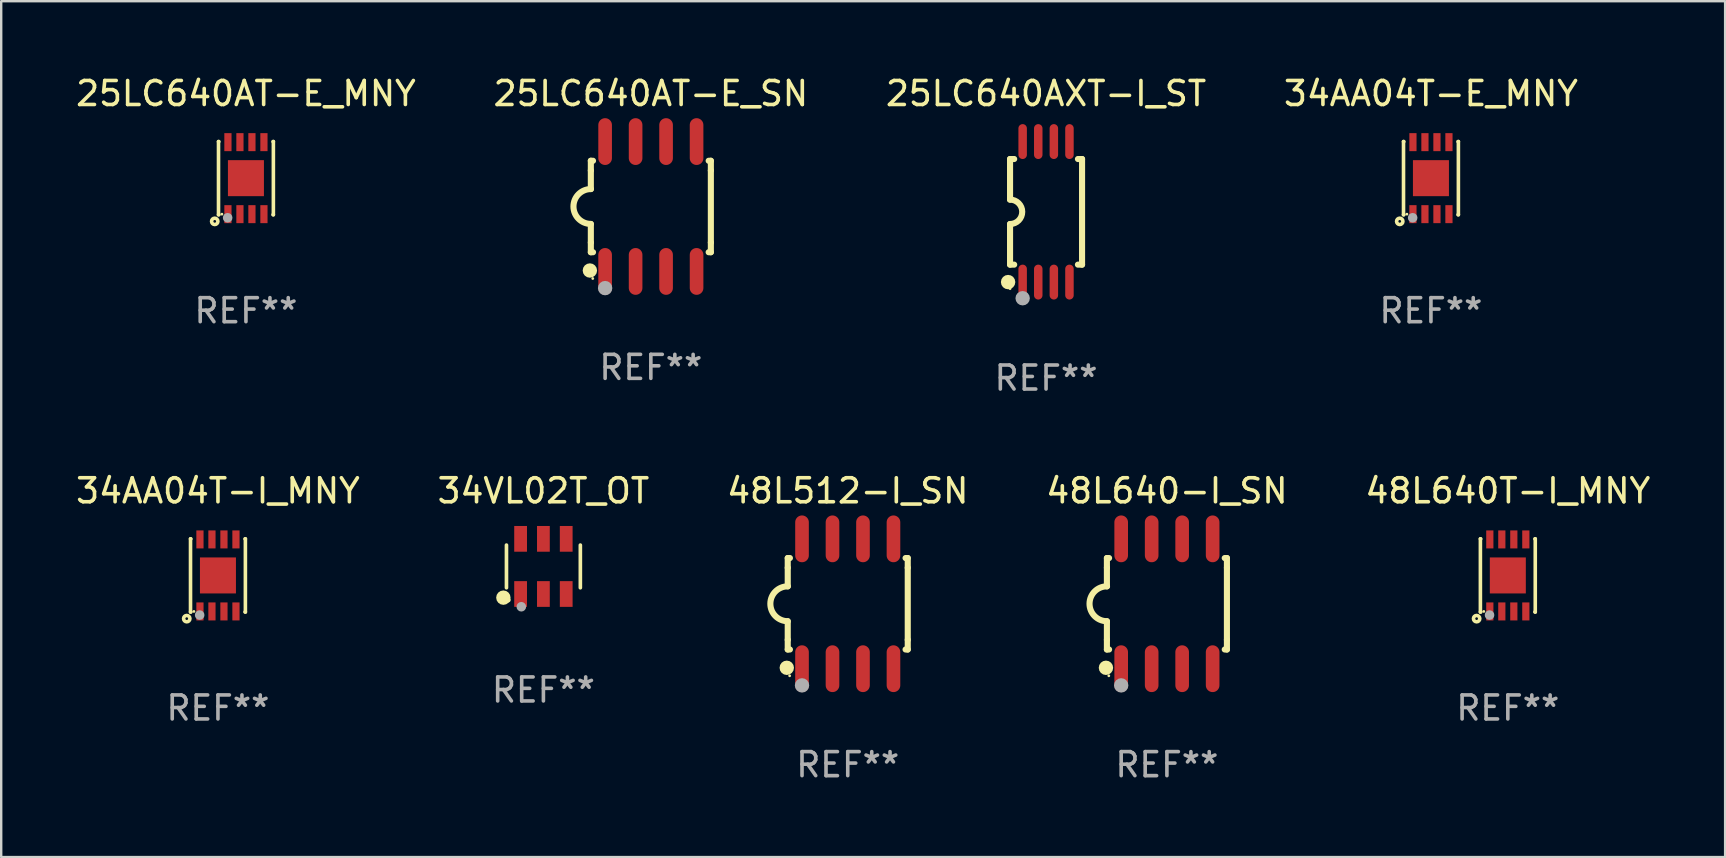
<source format=kicad_pcb>
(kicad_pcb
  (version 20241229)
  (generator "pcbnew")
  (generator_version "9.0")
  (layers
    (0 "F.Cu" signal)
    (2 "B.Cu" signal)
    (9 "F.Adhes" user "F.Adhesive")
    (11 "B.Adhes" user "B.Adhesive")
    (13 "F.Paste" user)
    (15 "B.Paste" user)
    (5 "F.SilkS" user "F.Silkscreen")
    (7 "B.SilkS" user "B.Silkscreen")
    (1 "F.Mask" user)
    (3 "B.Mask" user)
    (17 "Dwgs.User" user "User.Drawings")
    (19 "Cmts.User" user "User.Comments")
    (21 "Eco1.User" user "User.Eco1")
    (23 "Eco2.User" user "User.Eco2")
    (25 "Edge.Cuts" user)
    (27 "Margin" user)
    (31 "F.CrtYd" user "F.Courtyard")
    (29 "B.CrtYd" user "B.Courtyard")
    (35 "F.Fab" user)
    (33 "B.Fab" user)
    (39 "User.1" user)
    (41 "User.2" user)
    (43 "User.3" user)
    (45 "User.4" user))
  (footprint "25LC640AT-E_SN"
    (layer "F.Cu")
    (at 24.065 5.553)
    (property "Reference" "25LC640AT-E_SN" (at 0 -4.705 0) (layer "F.SilkS") (effects (font (size 1 1) (thickness 0.15))))
    (attr through_hole)
    (fp_line (start -2.5 -1.905) (end -2.409 -1.905) (stroke (width 0.254) (type solid)) (layer "F.SilkS"))
    (fp_line (start -2.5 -1.5) (end -2.5 -1.905) (stroke (width 0.254) (type solid)) (layer "F.SilkS"))
    (fp_line (start -2.5 -1.5) (end -2.5 -0.726) (stroke (width 0.254) (type solid)) (layer "F.SilkS"))
    (fp_line (start -2.5 1.5) (end -2.5 0.727) (stroke (width 0.254) (type solid)) (layer "F.SilkS"))
    (fp_line (start -2.5 1.5) (end -2.5 1.905) (stroke (width 0.254) (type solid)) (layer "F.SilkS"))
    (fp_line (start -2.5 1.905) (end -2.409 1.905) (stroke (width 0.254) (type solid)) (layer "F.SilkS"))
    (fp_line (start 2.5 -1.905) (end 2.409 -1.905) (stroke (width 0.254) (type solid)) (layer "F.SilkS"))
    (fp_line (start 2.5 -1.5) (end 2.5 -1.905) (stroke (width 0.254) (type solid)) (layer "F.SilkS"))
    (fp_line (start 2.5 -1.5) (end 2.5 1.5) (stroke (width 0.254) (type solid)) (layer "F.SilkS"))
    (fp_line (start 2.5 1.5) (end 2.5 1.905) (stroke (width 0.254) (type solid)) (layer "F.SilkS"))
    (fp_line (start 2.5 1.905) (end 2.409 1.905) (stroke (width 0.254) (type solid)) (layer "F.SilkS"))
    (fp_arc (start -2.5 0.726568) (mid -3.220316 -0.0023) (end -2.495097 -0.726289) (stroke (width 0.254001) (type solid)) (layer "F.SilkS"))
    (fp_circle (center -2.54 2.667) (end -2.39 2.667) (stroke (width 0.3) (type solid)) (fill no) (layer "F.SilkS"))
    (fp_circle (center -2.42 3) (end -2.39 3) (stroke (width 0.06) (type solid)) (fill no) (layer "F.SilkS"))
    (fp_circle (center -1.905 3.4) (end -1.755 3.4) (stroke (width 0.3) (type solid)) (fill no) (layer "F.Fab"))
    (fp_text user "REF**" (at 0 6.705 0) (layer "F.Fab") (effects (font (size 1 1) (thickness 0.15))))
    (pad "1" smd oval (at -1.905 2.705) (size 0.568 1.95) (layers "F.Cu" "F.Mask" "F.Paste"))
    (pad "2" smd oval (at -0.635 2.705) (size 0.568 1.95) (layers "F.Cu" "F.Mask" "F.Paste"))
    (pad "3" smd oval (at 0.635 2.705) (size 0.568 1.95) (layers "F.Cu" "F.Mask" "F.Paste"))
    (pad "4" smd oval (at 1.905 2.705) (size 0.568 1.95) (layers "F.Cu" "F.Mask" "F.Paste"))
    (pad "5" smd oval (at 1.905 -2.705) (size 0.568 1.95) (layers "F.Cu" "F.Mask" "F.Paste"))
    (pad "6" smd oval (at 0.635 -2.705) (size 0.568 1.95) (layers "F.Cu" "F.Mask" "F.Paste"))
    (pad "7" smd oval (at -0.635 -2.705) (size 0.568 1.95) (layers "F.Cu" "F.Mask" "F.Paste"))
    (pad "8" smd oval (at -1.905 -2.705) (size 0.568 1.95) (layers "F.Cu" "F.Mask" "F.Paste")))
  (footprint "25LC640AXT-I_ST"
    (layer "F.Cu")
    (at 40.53 5.775)
    (property "Reference" "25LC640AXT-I_ST" (at 0 -4.927 0) (layer "F.SilkS") (effects (font (size 1 1) (thickness 0.15))))
    (attr through_hole)
    (fp_line (start -1.5 -2.2) (end -1.5 -0.508) (stroke (width 0.254) (type solid)) (layer "F.SilkS"))
    (fp_line (start -1.5 -2.2) (end -1.328 -2.2) (stroke (width 0.254) (type solid)) (layer "F.SilkS"))
    (fp_line (start -1.5 2.2) (end -1.5 0.508) (stroke (width 0.254) (type solid)) (layer "F.SilkS"))
    (fp_line (start -1.5 2.2) (end -1.328 2.2) (stroke (width 0.254) (type solid)) (layer "F.SilkS"))
    (fp_line (start 1.328 -2.2) (end 1.5 -2.2) (stroke (width 0.254) (type solid)) (layer "F.SilkS"))
    (fp_line (start 1.328 2.2) (end 1.5 2.2) (stroke (width 0.254) (type solid)) (layer "F.SilkS"))
    (fp_line (start 1.5 -2.2) (end 1.5 2.2) (stroke (width 0.254) (type solid)) (layer "F.SilkS"))
    (fp_arc (start -1.501144 -0.508) (mid -0.993143 -0.000571) (end -1.5 0.508001) (stroke (width 0.254001) (type solid)) (layer "F.SilkS"))
    (fp_circle (center -1.581 2.927) (end -1.431 2.927) (stroke (width 0.3) (type solid)) (fill no) (layer "F.SilkS"))
    (fp_circle (center -1.5 3.2) (end -1.47 3.2) (stroke (width 0.06) (type solid)) (fill no) (layer "F.SilkS"))
    (fp_circle (center -0.975 3.6) (end -0.825 3.6) (stroke (width 0.3) (type solid)) (fill no) (layer "F.Fab"))
    (fp_text user "REF**" (at 0 6.927 0) (layer "F.Fab") (effects (font (size 1 1) (thickness 0.15))))
    (pad "1" smd oval (at -0.975 2.927) (size 0.353 1.454) (layers "F.Cu" "F.Mask" "F.Paste"))
    (pad "2" smd oval (at -0.325 2.927) (size 0.353 1.454) (layers "F.Cu" "F.Mask" "F.Paste"))
    (pad "3" smd oval (at 0.325 2.927) (size 0.353 1.454) (layers "F.Cu" "F.Mask" "F.Paste"))
    (pad "4" smd oval (at 0.975 2.927) (size 0.353 1.454) (layers "F.Cu" "F.Mask" "F.Paste"))
    (pad "5" smd oval (at 0.975 -2.927) (size 0.353 1.454) (layers "F.Cu" "F.Mask" "F.Paste"))
    (pad "6" smd oval (at 0.325 -2.927) (size 0.353 1.454) (layers "F.Cu" "F.Mask" "F.Paste"))
    (pad "7" smd oval (at -0.325 -2.927) (size 0.353 1.454) (layers "F.Cu" "F.Mask" "F.Paste"))
    (pad "8" smd oval (at -0.975 -2.927) (size 0.353 1.454) (layers "F.Cu" "F.Mask" "F.Paste")))
  (footprint "34AA04T-I_MNY"
    (layer "F.Cu")
    (at 6.03 20.923)
    (property "Reference" "34AA04T-I_MNY" (at 0 -3.524 0) (layer "F.SilkS") (effects (font (size 1 1) (thickness 0.15))))
    (attr through_hole)
    (fp_line (start -1.143 -1.524) (end -1.143 1.524) (stroke (width 0.15) (type solid)) (layer "F.SilkS"))
    (fp_line (start -1.143 1.524) (end -1.129 1.524) (stroke (width 0.15) (type solid)) (layer "F.SilkS"))
    (fp_line (start -1.129 -1.524) (end -1.143 -1.524) (stroke (width 0.15) (type solid)) (layer "F.SilkS"))
    (fp_line (start 1.129 1.524) (end 1.143 1.524) (stroke (width 0.15) (type solid)) (layer "F.SilkS"))
    (fp_line (start 1.143 -1.524) (end 1.129 -1.524) (stroke (width 0.15) (type solid)) (layer "F.SilkS"))
    (fp_line (start 1.143 1.524) (end 1.143 -1.524) (stroke (width 0.15) (type solid)) (layer "F.SilkS"))
    (fp_circle (center -1.3 1.8) (end -1.243 1.8) (stroke (width 0.15) (type solid)) (fill no) (layer "F.SilkS"))
    (fp_circle (center -1 1.5) (end -0.97 1.5) (stroke (width 0.06) (type solid)) (fill no) (layer "F.SilkS"))
    (fp_circle (center -0.762 1.651) (end -0.662 1.651) (stroke (width 0.2) (type solid)) (fill no) (layer "F.Fab"))
    (fp_text user "REF**" (at 0 5.524 0) (layer "F.Fab") (effects (font (size 1 1) (thickness 0.15))))
    (pad "1" smd rect (at -0.75 1.5 90) (size 0.75 0.3) (layers "F.Cu" "F.Mask" "F.Paste"))
    (pad "2" smd rect (at -0.25 1.5 90) (size 0.75 0.3) (layers "F.Cu" "F.Mask" "F.Paste"))
    (pad "3" smd rect (at 0.25 1.5 90) (size 0.75 0.3) (layers "F.Cu" "F.Mask" "F.Paste"))
    (pad "4" smd rect (at 0.75 1.5 90) (size 0.75 0.3) (layers "F.Cu" "F.Mask" "F.Paste"))
    (pad "5" smd rect (at 0.75 -1.5 90) (size 0.75 0.3) (layers "F.Cu" "F.Mask" "F.Paste"))
    (pad "6" smd rect (at 0.25 -1.5 90) (size 0.75 0.3) (layers "F.Cu" "F.Mask" "F.Paste"))
    (pad "7" smd rect (at -0.25 -1.5 90) (size 0.75 0.3) (layers "F.Cu" "F.Mask" "F.Paste"))
    (pad "8" smd rect (at -0.75 -1.5 90) (size 0.75 0.3) (layers "F.Cu" "F.Mask" "F.Paste"))
    (pad "9" smd rect (at -0.000203 0.000457 90) (size 1.5 1.5) (layers "F.Cu" "F.Mask" "F.Paste")))
  (footprint "34AA04T-E_MNY"
    (layer "F.Cu")
    (at 56.565 4.372)
    (property "Reference" "34AA04T-E_MNY" (at 0 -3.524 0) (layer "F.SilkS") (effects (font (size 1 1) (thickness 0.15))))
    (attr through_hole)
    (fp_line (start -1.143 -1.524) (end -1.143 1.524) (stroke (width 0.15) (type solid)) (layer "F.SilkS"))
    (fp_line (start -1.143 1.524) (end -1.129 1.524) (stroke (width 0.15) (type solid)) (layer "F.SilkS"))
    (fp_line (start -1.129 -1.524) (end -1.143 -1.524) (stroke (width 0.15) (type solid)) (layer "F.SilkS"))
    (fp_line (start 1.129 1.524) (end 1.143 1.524) (stroke (width 0.15) (type solid)) (layer "F.SilkS"))
    (fp_line (start 1.143 -1.524) (end 1.129 -1.524) (stroke (width 0.15) (type solid)) (layer "F.SilkS"))
    (fp_line (start 1.143 1.524) (end 1.143 -1.524) (stroke (width 0.15) (type solid)) (layer "F.SilkS"))
    (fp_circle (center -1.3 1.8) (end -1.243 1.8) (stroke (width 0.15) (type solid)) (fill no) (layer "F.SilkS"))
    (fp_circle (center -1 1.5) (end -0.97 1.5) (stroke (width 0.06) (type solid)) (fill no) (layer "F.SilkS"))
    (fp_circle (center -0.762 1.651) (end -0.662 1.651) (stroke (width 0.2) (type solid)) (fill no) (layer "F.Fab"))
    (fp_text user "REF**" (at 0 5.524 0) (layer "F.Fab") (effects (font (size 1 1) (thickness 0.15))))
    (pad "1" smd rect (at -0.75 1.5 90) (size 0.75 0.3) (layers "F.Cu" "F.Mask" "F.Paste"))
    (pad "2" smd rect (at -0.25 1.5 90) (size 0.75 0.3) (layers "F.Cu" "F.Mask" "F.Paste"))
    (pad "3" smd rect (at 0.25 1.5 90) (size 0.75 0.3) (layers "F.Cu" "F.Mask" "F.Paste"))
    (pad "4" smd rect (at 0.75 1.5 90) (size 0.75 0.3) (layers "F.Cu" "F.Mask" "F.Paste"))
    (pad "5" smd rect (at 0.75 -1.5 90) (size 0.75 0.3) (layers "F.Cu" "F.Mask" "F.Paste"))
    (pad "6" smd rect (at 0.25 -1.5 90) (size 0.75 0.3) (layers "F.Cu" "F.Mask" "F.Paste"))
    (pad "7" smd rect (at -0.25 -1.5 90) (size 0.75 0.3) (layers "F.Cu" "F.Mask" "F.Paste"))
    (pad "8" smd rect (at -0.75 -1.5 90) (size 0.75 0.3) (layers "F.Cu" "F.Mask" "F.Paste"))
    (pad "9" smd rect (at -0.000203 0.000457 90) (size 1.5 1.5) (layers "F.Cu" "F.Mask" "F.Paste")))
  (footprint "48L640-I_SN"
    (layer "F.Cu")
    (at 45.565 22.104)
    (property "Reference" "48L640-I_SN" (at 0 -4.705 0) (layer "F.SilkS") (effects (font (size 1 1) (thickness 0.15))))
    (attr through_hole)
    (fp_line (start -2.5 -1.905) (end -2.409 -1.905) (stroke (width 0.254) (type solid)) (layer "F.SilkS"))
    (fp_line (start -2.5 -1.5) (end -2.5 -1.905) (stroke (width 0.254) (type solid)) (layer "F.SilkS"))
    (fp_line (start -2.5 -1.5) (end -2.5 -0.726) (stroke (width 0.254) (type solid)) (layer "F.SilkS"))
    (fp_line (start -2.5 1.5) (end -2.5 0.727) (stroke (width 0.254) (type solid)) (layer "F.SilkS"))
    (fp_line (start -2.5 1.5) (end -2.5 1.905) (stroke (width 0.254) (type solid)) (layer "F.SilkS"))
    (fp_line (start -2.5 1.905) (end -2.409 1.905) (stroke (width 0.254) (type solid)) (layer "F.SilkS"))
    (fp_line (start 2.5 -1.905) (end 2.409 -1.905) (stroke (width 0.254) (type solid)) (layer "F.SilkS"))
    (fp_line (start 2.5 -1.5) (end 2.5 -1.905) (stroke (width 0.254) (type solid)) (layer "F.SilkS"))
    (fp_line (start 2.5 -1.5) (end 2.5 1.5) (stroke (width 0.254) (type solid)) (layer "F.SilkS"))
    (fp_line (start 2.5 1.5) (end 2.5 1.905) (stroke (width 0.254) (type solid)) (layer "F.SilkS"))
    (fp_line (start 2.5 1.905) (end 2.409 1.905) (stroke (width 0.254) (type solid)) (layer "F.SilkS"))
    (fp_arc (start -2.5 0.726568) (mid -3.220316 -0.0023) (end -2.495097 -0.726289) (stroke (width 0.254001) (type solid)) (layer "F.SilkS"))
    (fp_circle (center -2.54 2.667) (end -2.39 2.667) (stroke (width 0.3) (type solid)) (fill no) (layer "F.SilkS"))
    (fp_circle (center -2.42 3) (end -2.39 3) (stroke (width 0.06) (type solid)) (fill no) (layer "F.SilkS"))
    (fp_circle (center -1.905 3.4) (end -1.755 3.4) (stroke (width 0.3) (type solid)) (fill no) (layer "F.Fab"))
    (fp_text user "REF**" (at 0 6.705 0) (layer "F.Fab") (effects (font (size 1 1) (thickness 0.15))))
    (pad "1" smd oval (at -1.905 2.705) (size 0.568 1.95) (layers "F.Cu" "F.Mask" "F.Paste"))
    (pad "2" smd oval (at -0.635 2.705) (size 0.568 1.95) (layers "F.Cu" "F.Mask" "F.Paste"))
    (pad "3" smd oval (at 0.635 2.705) (size 0.568 1.95) (layers "F.Cu" "F.Mask" "F.Paste"))
    (pad "4" smd oval (at 1.905 2.705) (size 0.568 1.95) (layers "F.Cu" "F.Mask" "F.Paste"))
    (pad "5" smd oval (at 1.905 -2.705) (size 0.568 1.95) (layers "F.Cu" "F.Mask" "F.Paste"))
    (pad "6" smd oval (at 0.635 -2.705) (size 0.568 1.95) (layers "F.Cu" "F.Mask" "F.Paste"))
    (pad "7" smd oval (at -0.635 -2.705) (size 0.568 1.95) (layers "F.Cu" "F.Mask" "F.Paste"))
    (pad "8" smd oval (at -1.905 -2.705) (size 0.568 1.95) (layers "F.Cu" "F.Mask" "F.Paste")))
  (footprint "34VL02T_OT"
    (layer "F.Cu")
    (at 19.589 20.548)
    (property "Reference" "34VL02T_OT" (at 0 -3.149 0) (layer "F.SilkS") (effects (font (size 1 1) (thickness 0.15))))
    (attr through_hole)
    (fp_line (start -1.539 0.889) (end -1.539 -0.889) (stroke (width 0.152) (type solid)) (layer "F.SilkS"))
    (fp_line (start 1.539 0.889) (end 1.539 -0.889) (stroke (width 0.152) (type solid)) (layer "F.SilkS"))
    (fp_circle (center -1.668 1.301) (end -1.518 1.301) (stroke (width 0.3) (type solid)) (fill no) (layer "F.SilkS"))
    (fp_circle (center -1.463 1.4) (end -1.413 1.4) (stroke (width 0.1) (type solid)) (fill no) (layer "F.SilkS"))
    (fp_circle (center -0.92 1.68) (end -0.82 1.68) (stroke (width 0.2) (type solid)) (fill no) (layer "F.Fab"))
    (fp_text user "REF**" (at 0 5.149 0) (layer "F.Fab") (effects (font (size 1 1) (thickness 0.15))))
    (pad "1" smd rect (at -0.95 1.149) (size 0.532 1.072) (layers "F.Cu" "F.Mask" "F.Paste"))
    (pad "2" smd rect (at 0 1.149) (size 0.532 1.072) (layers "F.Cu" "F.Mask" "F.Paste"))
    (pad "3" smd rect (at 0.95 1.149) (size 0.532 1.072) (layers "F.Cu" "F.Mask" "F.Paste"))
    (pad "4" smd rect (at 0.95 -1.149) (size 0.532 1.072) (layers "F.Cu" "F.Mask" "F.Paste"))
    (pad "5" smd rect (at 0 -1.149) (size 0.532 1.072) (layers "F.Cu" "F.Mask" "F.Paste"))
    (pad "6" smd rect (at -0.95 -1.149) (size 0.532 1.072) (layers "F.Cu" "F.Mask" "F.Paste")))
  (footprint "48L640T-I_MNY"
    (layer "F.Cu")
    (at 59.768 20.923)
    (property "Reference" "48L640T-I_MNY" (at 0 -3.524 0) (layer "F.SilkS") (effects (font (size 1 1) (thickness 0.15))))
    (attr through_hole)
    (fp_line (start -1.143 -1.524) (end -1.143 1.524) (stroke (width 0.15) (type solid)) (layer "F.SilkS"))
    (fp_line (start -1.143 1.524) (end -1.129 1.524) (stroke (width 0.15) (type solid)) (layer "F.SilkS"))
    (fp_line (start -1.129 -1.524) (end -1.143 -1.524) (stroke (width 0.15) (type solid)) (layer "F.SilkS"))
    (fp_line (start 1.129 1.524) (end 1.143 1.524) (stroke (width 0.15) (type solid)) (layer "F.SilkS"))
    (fp_line (start 1.143 -1.524) (end 1.129 -1.524) (stroke (width 0.15) (type solid)) (layer "F.SilkS"))
    (fp_line (start 1.143 1.524) (end 1.143 -1.524) (stroke (width 0.15) (type solid)) (layer "F.SilkS"))
    (fp_circle (center -1.3 1.8) (end -1.243 1.8) (stroke (width 0.15) (type solid)) (fill no) (layer "F.SilkS"))
    (fp_circle (center -1 1.5) (end -0.97 1.5) (stroke (width 0.06) (type solid)) (fill no) (layer "F.SilkS"))
    (fp_circle (center -0.762 1.651) (end -0.662 1.651) (stroke (width 0.2) (type solid)) (fill no) (layer "F.Fab"))
    (fp_text user "REF**" (at 0 5.524 0) (layer "F.Fab") (effects (font (size 1 1) (thickness 0.15))))
    (pad "1" smd rect (at -0.75 1.5 90) (size 0.75 0.3) (layers "F.Cu" "F.Mask" "F.Paste"))
    (pad "2" smd rect (at -0.25 1.5 90) (size 0.75 0.3) (layers "F.Cu" "F.Mask" "F.Paste"))
    (pad "3" smd rect (at 0.25 1.5 90) (size 0.75 0.3) (layers "F.Cu" "F.Mask" "F.Paste"))
    (pad "4" smd rect (at 0.75 1.5 90) (size 0.75 0.3) (layers "F.Cu" "F.Mask" "F.Paste"))
    (pad "5" smd rect (at 0.75 -1.5 90) (size 0.75 0.3) (layers "F.Cu" "F.Mask" "F.Paste"))
    (pad "6" smd rect (at 0.25 -1.5 90) (size 0.75 0.3) (layers "F.Cu" "F.Mask" "F.Paste"))
    (pad "7" smd rect (at -0.25 -1.5 90) (size 0.75 0.3) (layers "F.Cu" "F.Mask" "F.Paste"))
    (pad "8" smd rect (at -0.75 -1.5 90) (size 0.75 0.3) (layers "F.Cu" "F.Mask" "F.Paste"))
    (pad "9" smd rect (at -0.000203 0.000457 90) (size 1.5 1.5) (layers "F.Cu" "F.Mask" "F.Paste")))
  (footprint "48L512-I_SN"
    (layer "F.Cu")
    (at 32.268 22.104)
    (property "Reference" "48L512-I_SN" (at 0 -4.705 0) (layer "F.SilkS") (effects (font (size 1 1) (thickness 0.15))))
    (attr through_hole)
    (fp_line (start -2.5 -1.905) (end -2.409 -1.905) (stroke (width 0.254) (type solid)) (layer "F.SilkS"))
    (fp_line (start -2.5 -1.5) (end -2.5 -1.905) (stroke (width 0.254) (type solid)) (layer "F.SilkS"))
    (fp_line (start -2.5 -1.5) (end -2.5 -0.726) (stroke (width 0.254) (type solid)) (layer "F.SilkS"))
    (fp_line (start -2.5 1.5) (end -2.5 0.727) (stroke (width 0.254) (type solid)) (layer "F.SilkS"))
    (fp_line (start -2.5 1.5) (end -2.5 1.905) (stroke (width 0.254) (type solid)) (layer "F.SilkS"))
    (fp_line (start -2.5 1.905) (end -2.409 1.905) (stroke (width 0.254) (type solid)) (layer "F.SilkS"))
    (fp_line (start 2.5 -1.905) (end 2.409 -1.905) (stroke (width 0.254) (type solid)) (layer "F.SilkS"))
    (fp_line (start 2.5 -1.5) (end 2.5 -1.905) (stroke (width 0.254) (type solid)) (layer "F.SilkS"))
    (fp_line (start 2.5 -1.5) (end 2.5 1.5) (stroke (width 0.254) (type solid)) (layer "F.SilkS"))
    (fp_line (start 2.5 1.5) (end 2.5 1.905) (stroke (width 0.254) (type solid)) (layer "F.SilkS"))
    (fp_line (start 2.5 1.905) (end 2.409 1.905) (stroke (width 0.254) (type solid)) (layer "F.SilkS"))
    (fp_arc (start -2.5 0.726568) (mid -3.220316 -0.0023) (end -2.495097 -0.726289) (stroke (width 0.254001) (type solid)) (layer "F.SilkS"))
    (fp_circle (center -2.54 2.667) (end -2.39 2.667) (stroke (width 0.3) (type solid)) (fill no) (layer "F.SilkS"))
    (fp_circle (center -2.42 3) (end -2.39 3) (stroke (width 0.06) (type solid)) (fill no) (layer "F.SilkS"))
    (fp_circle (center -1.905 3.4) (end -1.755 3.4) (stroke (width 0.3) (type solid)) (fill no) (layer "F.Fab"))
    (fp_text user "REF**" (at 0 6.705 0) (layer "F.Fab") (effects (font (size 1 1) (thickness 0.15))))
    (pad "1" smd oval (at -1.905 2.705) (size 0.568 1.95) (layers "F.Cu" "F.Mask" "F.Paste"))
    (pad "2" smd oval (at -0.635 2.705) (size 0.568 1.95) (layers "F.Cu" "F.Mask" "F.Paste"))
    (pad "3" smd oval (at 0.635 2.705) (size 0.568 1.95) (layers "F.Cu" "F.Mask" "F.Paste"))
    (pad "4" smd oval (at 1.905 2.705) (size 0.568 1.95) (layers "F.Cu" "F.Mask" "F.Paste"))
    (pad "5" smd oval (at 1.905 -2.705) (size 0.568 1.95) (layers "F.Cu" "F.Mask" "F.Paste"))
    (pad "6" smd oval (at 0.635 -2.705) (size 0.568 1.95) (layers "F.Cu" "F.Mask" "F.Paste"))
    (pad "7" smd oval (at -0.635 -2.705) (size 0.568 1.95) (layers "F.Cu" "F.Mask" "F.Paste"))
    (pad "8" smd oval (at -1.905 -2.705) (size 0.568 1.95) (layers "F.Cu" "F.Mask" "F.Paste")))
  (footprint "25LC640AT-E_MNY"
    (layer "F.Cu")
    (at 7.196 4.372)
    (property "Reference" "25LC640AT-E_MNY" (at 0 -3.524 0) (layer "F.SilkS") (effects (font (size 1 1) (thickness 0.15))))
    (attr through_hole)
    (fp_line (start -1.143 -1.524) (end -1.143 1.524) (stroke (width 0.15) (type solid)) (layer "F.SilkS"))
    (fp_line (start -1.143 1.524) (end -1.129 1.524) (stroke (width 0.15) (type solid)) (layer "F.SilkS"))
    (fp_line (start -1.129 -1.524) (end -1.143 -1.524) (stroke (width 0.15) (type solid)) (layer "F.SilkS"))
    (fp_line (start 1.129 1.524) (end 1.143 1.524) (stroke (width 0.15) (type solid)) (layer "F.SilkS"))
    (fp_line (start 1.143 -1.524) (end 1.129 -1.524) (stroke (width 0.15) (type solid)) (layer "F.SilkS"))
    (fp_line (start 1.143 1.524) (end 1.143 -1.524) (stroke (width 0.15) (type solid)) (layer "F.SilkS"))
    (fp_circle (center -1.3 1.8) (end -1.243 1.8) (stroke (width 0.15) (type solid)) (fill no) (layer "F.SilkS"))
    (fp_circle (center -1 1.5) (end -0.97 1.5) (stroke (width 0.06) (type solid)) (fill no) (layer "F.SilkS"))
    (fp_circle (center -0.762 1.651) (end -0.662 1.651) (stroke (width 0.2) (type solid)) (fill no) (layer "F.Fab"))
    (fp_text user "REF**" (at 0 5.524 0) (layer "F.Fab") (effects (font (size 1 1) (thickness 0.15))))
    (pad "1" smd rect (at -0.75 1.5 90) (size 0.75 0.3) (layers "F.Cu" "F.Mask" "F.Paste"))
    (pad "2" smd rect (at -0.25 1.5 90) (size 0.75 0.3) (layers "F.Cu" "F.Mask" "F.Paste"))
    (pad "3" smd rect (at 0.25 1.5 90) (size 0.75 0.3) (layers "F.Cu" "F.Mask" "F.Paste"))
    (pad "4" smd rect (at 0.75 1.5 90) (size 0.75 0.3) (layers "F.Cu" "F.Mask" "F.Paste"))
    (pad "5" smd rect (at 0.75 -1.5 90) (size 0.75 0.3) (layers "F.Cu" "F.Mask" "F.Paste"))
    (pad "6" smd rect (at 0.25 -1.5 90) (size 0.75 0.3) (layers "F.Cu" "F.Mask" "F.Paste"))
    (pad "7" smd rect (at -0.25 -1.5 90) (size 0.75 0.3) (layers "F.Cu" "F.Mask" "F.Paste"))
    (pad "8" smd rect (at -0.75 -1.5 90) (size 0.75 0.3) (layers "F.Cu" "F.Mask" "F.Paste"))
    (pad "9" smd rect (at -0.000203 0.000457 90) (size 1.5 1.5) (layers "F.Cu" "F.Mask" "F.Paste")))
  (gr_rect
    (start -3 -3)
    (end 68.821 32.657)
    (stroke (width 0.1) (type default))
    (fill no)
    (layer "Edge.Cuts")))
</source>
